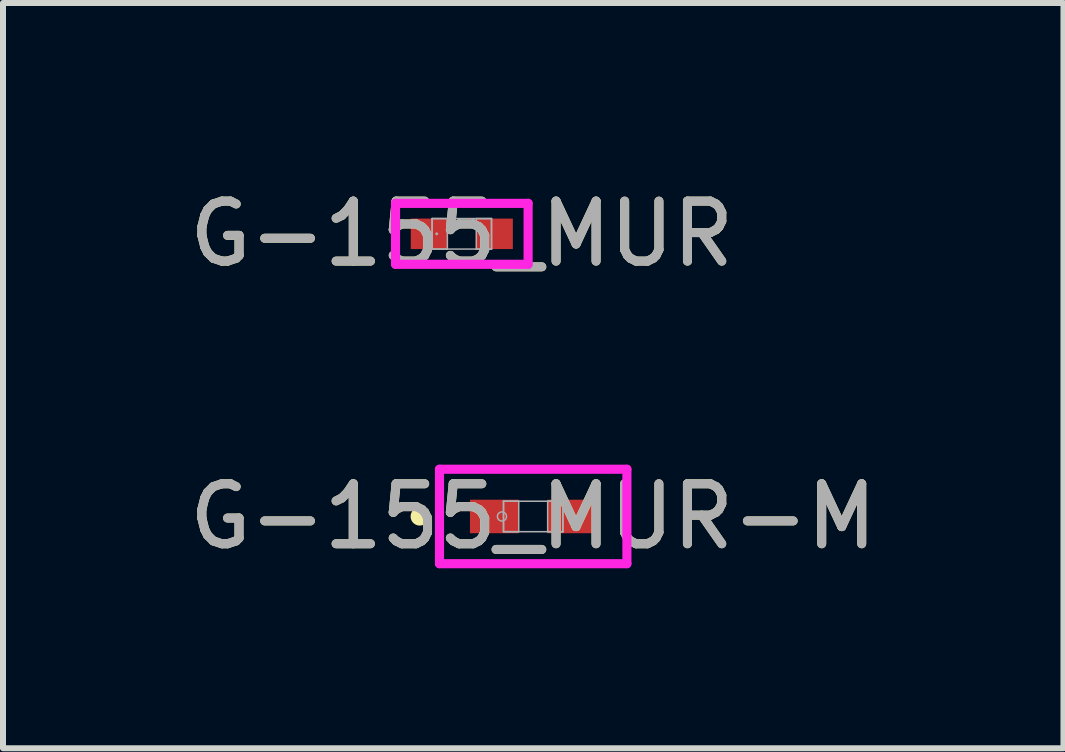
<source format=kicad_pcb>
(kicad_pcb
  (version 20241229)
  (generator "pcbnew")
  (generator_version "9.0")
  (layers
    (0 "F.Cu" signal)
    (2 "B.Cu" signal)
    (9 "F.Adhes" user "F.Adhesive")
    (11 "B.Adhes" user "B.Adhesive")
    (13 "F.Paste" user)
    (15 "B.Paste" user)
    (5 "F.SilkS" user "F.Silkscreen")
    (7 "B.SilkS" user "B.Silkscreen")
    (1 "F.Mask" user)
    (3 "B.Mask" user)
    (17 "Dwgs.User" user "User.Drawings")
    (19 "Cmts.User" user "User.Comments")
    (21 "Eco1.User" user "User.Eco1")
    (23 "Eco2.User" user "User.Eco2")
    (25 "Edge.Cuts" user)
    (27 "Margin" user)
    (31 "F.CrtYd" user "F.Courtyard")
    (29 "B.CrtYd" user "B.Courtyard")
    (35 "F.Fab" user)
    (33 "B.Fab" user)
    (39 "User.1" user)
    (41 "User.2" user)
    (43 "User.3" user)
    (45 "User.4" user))
  (footprint "G-155_MUR"
    (layer "F.Cu")
    (at 4.649 0.848)
    (property "Reference" "G-155_MUR" (at 0 0 0) (unlocked yes) (layer "F.SilkS") (effects (font (size 1 1) (thickness 0.15))))
    (attr smd)
    (fp_line (start -1.105 -0.508) (end 1.105 -0.508) (stroke (width 0.152) (type solid)) (layer "F.CrtYd"))
    (fp_line (start -1.105 0.508) (end -1.105 -0.508) (stroke (width 0.152) (type solid)) (layer "F.CrtYd"))
    (fp_line (start 1.105 -0.508) (end 1.105 0.508) (stroke (width 0.152) (type solid)) (layer "F.CrtYd"))
    (fp_line (start 1.105 0.508) (end -1.105 0.508) (stroke (width 0.152) (type solid)) (layer "F.CrtYd"))
    (fp_line (start -0.495 -0.254) (end -0.495 0.254) (stroke (width 0.025) (type solid)) (layer "F.Fab"))
    (fp_line (start -0.495 -0.254) (end -0.495 0.254) (stroke (width 0.025) (type solid)) (layer "F.Fab"))
    (fp_line (start -0.495 0.254) (end -0.241 0.254) (stroke (width 0.025) (type solid)) (layer "F.Fab"))
    (fp_line (start -0.495 0.254) (end 0.495 0.254) (stroke (width 0.025) (type solid)) (layer "F.Fab"))
    (fp_line (start -0.241 -0.254) (end -0.495 -0.254) (stroke (width 0.025) (type solid)) (layer "F.Fab"))
    (fp_line (start -0.241 0.254) (end -0.241 -0.254) (stroke (width 0.025) (type solid)) (layer "F.Fab"))
    (fp_line (start 0.241 -0.254) (end 0.241 0.254) (stroke (width 0.025) (type solid)) (layer "F.Fab"))
    (fp_line (start 0.241 0.254) (end 0.495 0.254) (stroke (width 0.025) (type solid)) (layer "F.Fab"))
    (fp_line (start 0.495 -0.254) (end -0.495 -0.254) (stroke (width 0.025) (type solid)) (layer "F.Fab"))
    (fp_line (start 0.495 -0.254) (end 0.241 -0.254) (stroke (width 0.025) (type solid)) (layer "F.Fab"))
    (fp_line (start 0.495 0.254) (end 0.495 -0.254) (stroke (width 0.025) (type solid)) (layer "F.Fab"))
    (fp_line (start 0.495 0.254) (end 0.495 -0.254) (stroke (width 0.025) (type solid)) (layer "F.Fab"))
    (fp_circle (center -0.419 0) (end -0.419 0) (stroke (width 0.025) (type solid)) (fill no) (layer "F.Fab"))
    (fp_text user "${REFERENCE}" (at 0 0 0) (unlocked yes) (layer "F.Fab") (effects (font (size 1 1) (thickness 0.15))))
    (pad "1" smd rect (at -0.546 0) (size 0.61 0.508) (layers "F.Cu" "F.Mask" "F.Paste"))
    (pad "2" smd rect (at 0.546 0) (size 0.61 0.508) (layers "F.Cu" "F.Mask" "F.Paste"))
    (zone (net_name "") (layer "F.Cu") (hatch full 0.508) (connect_pads) (min_thickness 0.254) (filled_areas_thickness no) (keepout (tracks not_allowed) (vias not_allowed) (pads allowed) (copperpour not_allowed) (footprints allowed)) (placement (enabled no)) (fill) (polygon (pts (xy 4.458 0.645) (xy 4.839 0.645) (xy 4.839 1.051) (xy 4.458 1.051)))))
  (footprint "G-155_MUR-M"
    (layer "F.Cu")
    (at 5.839 5.56)
    (property "Reference" "G-155_MUR-M" (at 0 0 0) (unlocked yes) (layer "F.SilkS") (effects (font (size 1 1) (thickness 0.15))))
    (attr smd)
    (fp_circle (center -1.892 0) (end -1.816 0) (stroke (width 0.152) (type solid)) (fill no) (layer "F.SilkS"))
    (fp_line (start -1.562 -0.787) (end 1.562 -0.787) (stroke (width 0.152) (type solid)) (layer "F.CrtYd"))
    (fp_line (start -1.562 0.787) (end -1.562 -0.787) (stroke (width 0.152) (type solid)) (layer "F.CrtYd"))
    (fp_line (start 1.562 -0.787) (end 1.562 0.787) (stroke (width 0.152) (type solid)) (layer "F.CrtYd"))
    (fp_line (start 1.562 0.787) (end -1.562 0.787) (stroke (width 0.152) (type solid)) (layer "F.CrtYd"))
    (fp_line (start -0.495 -0.254) (end -0.495 0.254) (stroke (width 0.025) (type solid)) (layer "F.Fab"))
    (fp_line (start -0.495 -0.254) (end -0.495 0.254) (stroke (width 0.025) (type solid)) (layer "F.Fab"))
    (fp_line (start -0.495 0.254) (end -0.241 0.254) (stroke (width 0.025) (type solid)) (layer "F.Fab"))
    (fp_line (start -0.495 0.254) (end 0.495 0.254) (stroke (width 0.025) (type solid)) (layer "F.Fab"))
    (fp_line (start -0.241 -0.254) (end -0.495 -0.254) (stroke (width 0.025) (type solid)) (layer "F.Fab"))
    (fp_line (start -0.241 0.254) (end -0.241 -0.254) (stroke (width 0.025) (type solid)) (layer "F.Fab"))
    (fp_line (start 0.241 -0.254) (end 0.241 0.254) (stroke (width 0.025) (type solid)) (layer "F.Fab"))
    (fp_line (start 0.241 0.254) (end 0.495 0.254) (stroke (width 0.025) (type solid)) (layer "F.Fab"))
    (fp_line (start 0.495 -0.254) (end -0.495 -0.254) (stroke (width 0.025) (type solid)) (layer "F.Fab"))
    (fp_line (start 0.495 -0.254) (end 0.241 -0.254) (stroke (width 0.025) (type solid)) (layer "F.Fab"))
    (fp_line (start 0.495 0.254) (end 0.495 -0.254) (stroke (width 0.025) (type solid)) (layer "F.Fab"))
    (fp_line (start 0.495 0.254) (end 0.495 -0.254) (stroke (width 0.025) (type solid)) (layer "F.Fab"))
    (fp_circle (center -0.521 0) (end -0.445 0) (stroke (width 0.025) (type solid)) (fill no) (layer "F.Fab"))
    (fp_text user "${REFERENCE}" (at 0 0 0) (unlocked yes) (layer "F.Fab") (effects (font (size 1 1) (thickness 0.15))))
    (pad "1" smd rect (at -0.648 0) (size 0.813 0.559) (layers "F.Cu" "F.Mask" "F.Paste"))
    (pad "2" smd rect (at 0.648 0) (size 0.813 0.559) (layers "F.Cu" "F.Mask" "F.Paste"))
    (zone (net_name "") (layer "F.Cu") (hatch full 0.508) (connect_pads) (min_thickness 0.254) (filled_areas_thickness no) (keepout (tracks not_allowed) (vias not_allowed) (pads allowed) (copperpour not_allowed) (footprints allowed)) (placement (enabled no)) (fill) (polygon (pts (xy 5.649 5.357) (xy 6.03 5.357) (xy 6.03 5.763) (xy 5.649 5.763)))))
  (gr_rect
    (start -3 -3)
    (end 14.679 9.424)
    (stroke (width 0.1) (type default))
    (fill no)
    (layer "Edge.Cuts")))
</source>
